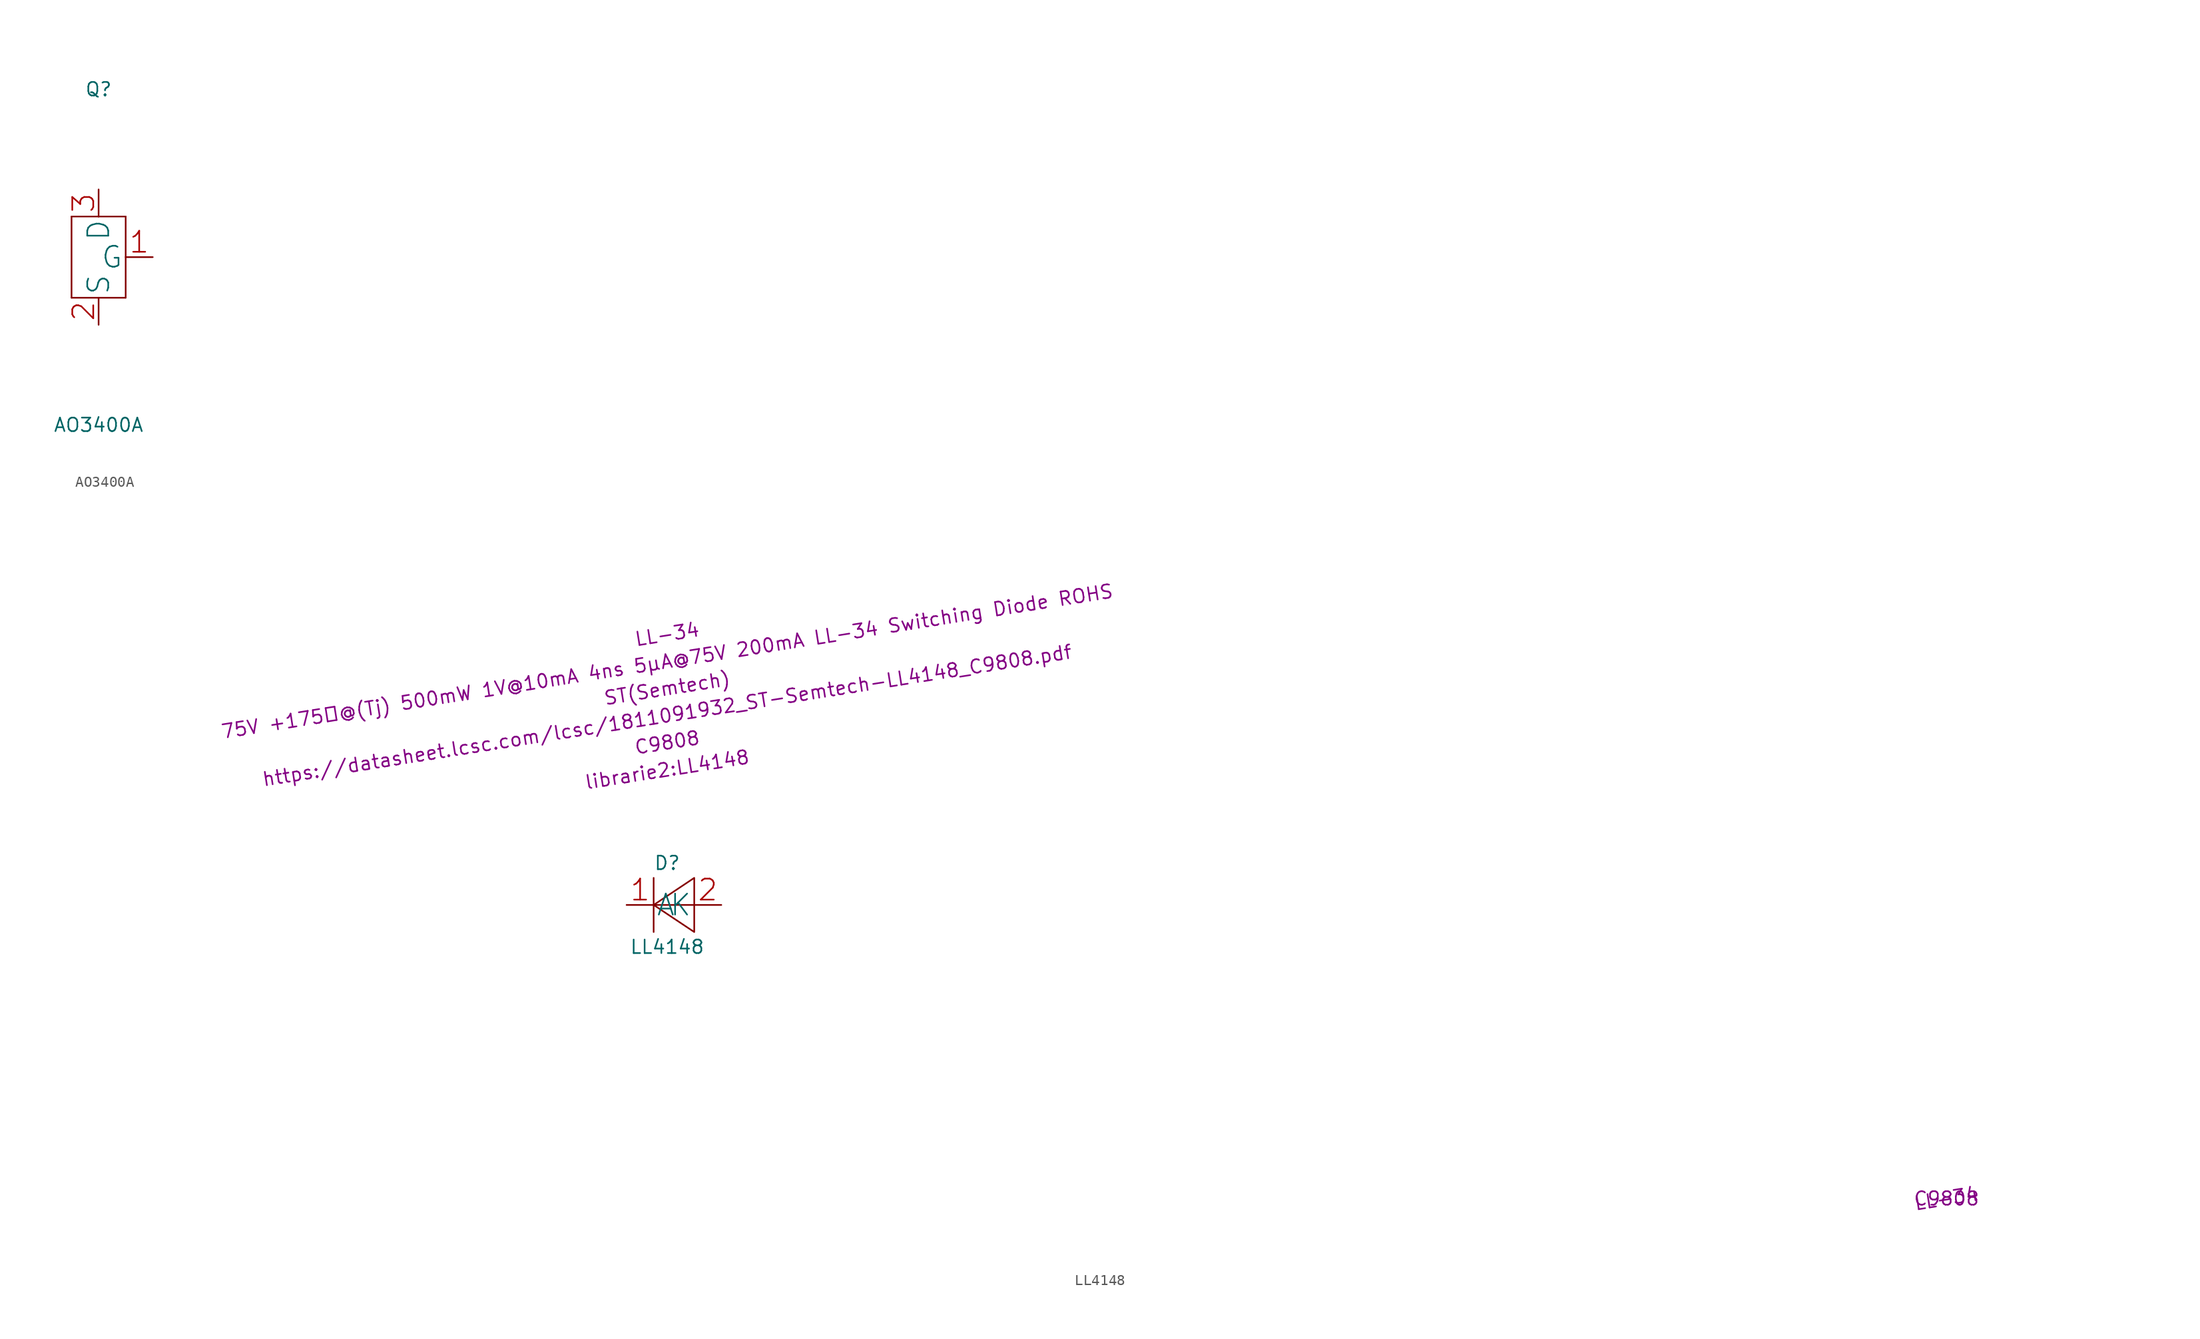
<source format=kicad_sym>
(kicad_symbol_lib
  (version 20211014)
  (generator kicad_symbol_editor)
  (symbol "AO3400A"
    (pin_names
      (offset 0.197))
    (property "Reference" "Q"
      (at 0 15.748 0)
      (effects (font (size 1.27 1.27))))
    (property "Value" "AO3400A"
      (at 0 -15.748 0)
      (effects (font (size 1.27 1.27))))
    (symbol "AO3400A_0_1"
      (rectangle (start -2.54 -3.81) (end -2.54 3.81) (stroke (width 0) (type default) (color 0 0 0 0)) (fill (type none)))
      (rectangle (start 0 3.81) (end -2.54 3.81) (stroke (width 0) (type default) (color 0 0 0 0)) (fill (type none)))
      (rectangle (start 0 3.81) (end 2.54 3.81) (stroke (width 0) (type default) (color 0 0 0 0)) (fill (type none)))
      (rectangle (start 2.54 -3.81) (end -2.54 -3.81) (stroke (width 0) (type default) (color 0 0 0 0)) (fill (type none)))
      (rectangle (start 2.54 3.81) (end 2.54 -3.81) (stroke (width 0) (type default) (color 0 0 0 0)) (fill (type none))))
    (symbol "AO3400A_1_1"
      (pin unspecified line (at 5.08 0 180) (length 2.54) (name "G" (effects (font (size 1.968 1.968)))) (number "1" (effects (font (size 1.968 1.968)))))
      (pin unspecified line (at 0 -6.35 90) (length 2.54) (name "S" (effects (font (size 1.968 1.968)))) (number "2" (effects (font (size 1.968 1.968)))))
      (pin unspecified line (at 0 6.35 270) (length 2.54) (name "D" (effects (font (size 1.968 1.968)))) (number "3" (effects (font (size 1.968 1.968)))))))
  (symbol "LL4148"
    (pin_names
      (offset 0.197))
    (property "Reference" "D"
      (at 0 3.937 0)
      (effects (font (size 1.27 1.27))))
    (property "Value" "LL4148"
      (at 0 -3.937 0)
      (effects (font (size 1.27 1.27))))
    (property "Footprint" "librarie2:LL4148"
      (at 0 12.7 9)
      (effects (font (size 1.27 1.27))))
    (property "Datasheet" "https://datasheet.lcsc.com/lcsc/1811091932_ST-Semtech-LL4148_C9808.pdf"
      (at 0 17.78 9)
      (effects (font (size 1.27 1.27))))
    (property "LCSC Part Number" "C9808"
      (at 0 15.24 9)
      (effects (font (size 1.27 1.27))))
    (property "Manufacturer" "ST(Semtech)"
      (at 0 20.32 9)
      (effects (font (size 1.27 1.27))))
    (property "Package" "LL-34"
      (at 0 25.4 9)
      (effects (font (size 1.27 1.27))))
    (property "Description" "75V +175℃@(Tj) 500mW 1V@10mA 4ns 5μA@75V 200mA LL-34 Switching Diode ROHS"
      (at 0 22.86 9)
      (effects (font (size 1.27 1.27))))
    (property "LCSC Part Number_1" "C9808"
      (at 120.079 -27.559 0)
      (effects (font (size 1.27 1.27))))
    (property "Package_1" "LL-34"
      (at 120.079 -27.559 9)
      (effects (font (size 1.27 1.27))))
    (symbol "LL4148_0_1"
      (polyline (pts (xy -1.27 0) (xy -1.27 -2.54)) (stroke (width 0) (type default) (color 0 0 0 0)) (fill (type none)))
      (polyline (pts (xy -1.27 0) (xy -1.27 2.54)) (stroke (width 0) (type default) (color 0 0 0 0)) (fill (type none)))
      (polyline (pts (xy -1.27 0) (xy 2.54 2.54) (xy 2.54 -2.54) (xy -1.27 0) (xy 2.54 0)) (stroke (width 0) (type default) (color 0 0 0 0)) (fill (type none))))
    (symbol "LL4148_1_1"
      (pin unspecified line (at -3.81 0 0) (length 2.54) (name "A" (effects (font (size 1.968 1.968)))) (number "1" (effects (font (size 1.968 1.968)))))
      (pin unspecified line (at 5.08 0 180) (length 2.54) (name "K" (effects (font (size 1.968 1.968)))) (number "2" (effects (font (size 1.968 1.968))))))))
</source>
